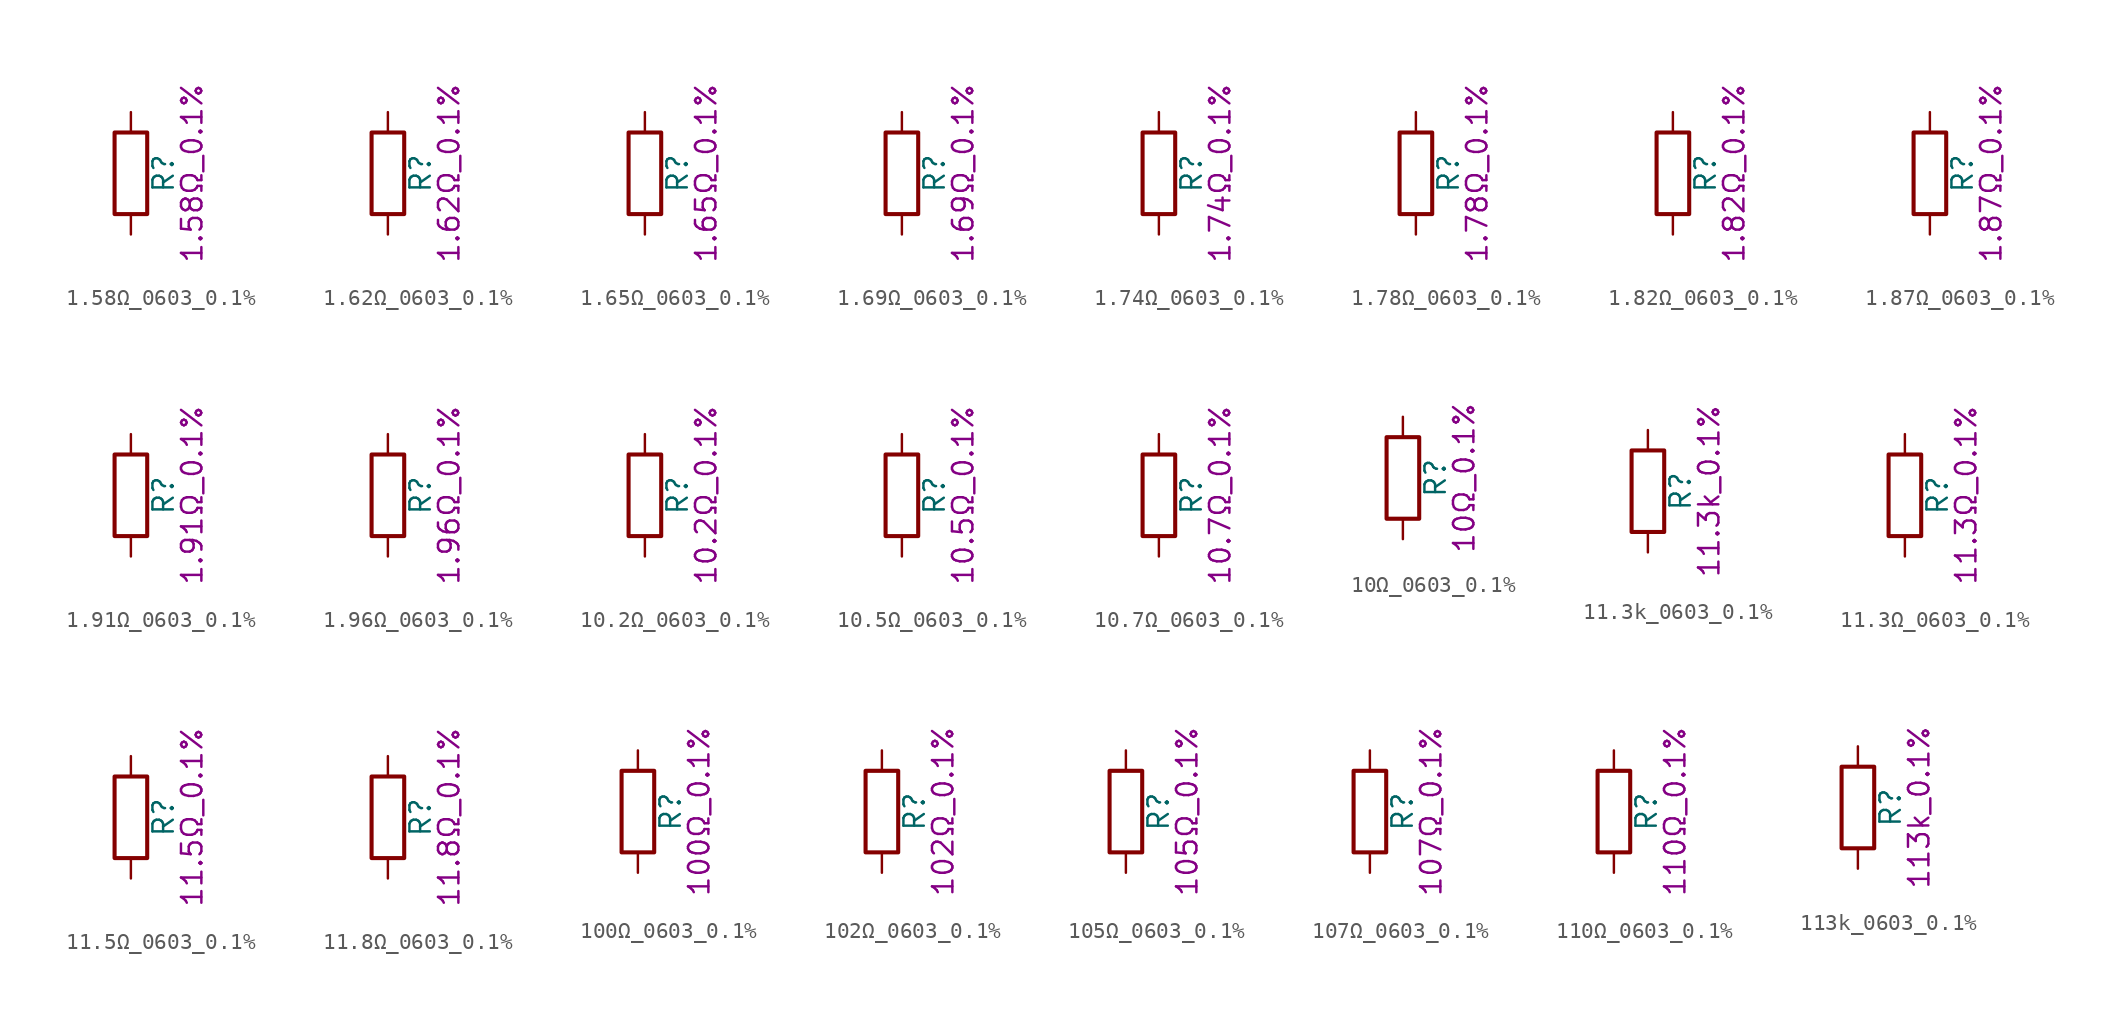
<source format=kicad_sym>
(kicad_symbol_lib
  (version 20211014)
  (generator kicad_symbol_editor)
  (symbol "1.58Ω_0603_0.1%"
    (pin_numbers hide)
    (pin_names
      (offset 0))
    (property "Reference" "R"
      (at 2.032 0 90)
      (effects (font (size 1.27 1.27))))
    (property "Display" "1.58Ω_0.1%"
      (at 3.81 0 90)
      (effects (font (size 1.27 1.27))))
    (symbol "1.58Ω_0603_0.1%_0_1"
      (rectangle (start -1.016 -2.54) (end 1.016 2.54) (stroke (width 0.254) (type default) (color 0 0 0 0)) (fill (type none))))
    (symbol "1.58Ω_0603_0.1%_1_1"
      (pin passive line (at 0 3.81 270) (length 1.27) (name "~" (effects (font (size 1.27 1.27)))) (number "1" (effects (font (size 1.27 1.27)))))
      (pin passive line (at 0 -3.81 90) (length 1.27) (name "~" (effects (font (size 1.27 1.27)))) (number "2" (effects (font (size 1.27 1.27)))))))
  (symbol "1.62Ω_0603_0.1%"
    (pin_numbers hide)
    (pin_names
      (offset 0))
    (property "Reference" "R"
      (at 2.032 0 90)
      (effects (font (size 1.27 1.27))))
    (property "Display" "1.62Ω_0.1%"
      (at 3.81 0 90)
      (effects (font (size 1.27 1.27))))
    (symbol "1.62Ω_0603_0.1%_0_1"
      (rectangle (start -1.016 -2.54) (end 1.016 2.54) (stroke (width 0.254) (type default) (color 0 0 0 0)) (fill (type none))))
    (symbol "1.62Ω_0603_0.1%_1_1"
      (pin passive line (at 0 3.81 270) (length 1.27) (name "~" (effects (font (size 1.27 1.27)))) (number "1" (effects (font (size 1.27 1.27)))))
      (pin passive line (at 0 -3.81 90) (length 1.27) (name "~" (effects (font (size 1.27 1.27)))) (number "2" (effects (font (size 1.27 1.27)))))))
  (symbol "1.65Ω_0603_0.1%"
    (pin_numbers hide)
    (pin_names
      (offset 0))
    (property "Reference" "R"
      (at 2.032 0 90)
      (effects (font (size 1.27 1.27))))
    (property "Display" "1.65Ω_0.1%"
      (at 3.81 0 90)
      (effects (font (size 1.27 1.27))))
    (symbol "1.65Ω_0603_0.1%_0_1"
      (rectangle (start -1.016 -2.54) (end 1.016 2.54) (stroke (width 0.254) (type default) (color 0 0 0 0)) (fill (type none))))
    (symbol "1.65Ω_0603_0.1%_1_1"
      (pin passive line (at 0 3.81 270) (length 1.27) (name "~" (effects (font (size 1.27 1.27)))) (number "1" (effects (font (size 1.27 1.27)))))
      (pin passive line (at 0 -3.81 90) (length 1.27) (name "~" (effects (font (size 1.27 1.27)))) (number "2" (effects (font (size 1.27 1.27)))))))
  (symbol "1.69Ω_0603_0.1%"
    (pin_numbers hide)
    (pin_names
      (offset 0))
    (property "Reference" "R"
      (at 2.032 0 90)
      (effects (font (size 1.27 1.27))))
    (property "Display" "1.69Ω_0.1%"
      (at 3.81 0 90)
      (effects (font (size 1.27 1.27))))
    (symbol "1.69Ω_0603_0.1%_0_1"
      (rectangle (start -1.016 -2.54) (end 1.016 2.54) (stroke (width 0.254) (type default) (color 0 0 0 0)) (fill (type none))))
    (symbol "1.69Ω_0603_0.1%_1_1"
      (pin passive line (at 0 3.81 270) (length 1.27) (name "~" (effects (font (size 1.27 1.27)))) (number "1" (effects (font (size 1.27 1.27)))))
      (pin passive line (at 0 -3.81 90) (length 1.27) (name "~" (effects (font (size 1.27 1.27)))) (number "2" (effects (font (size 1.27 1.27)))))))
  (symbol "1.74Ω_0603_0.1%"
    (pin_numbers hide)
    (pin_names
      (offset 0))
    (property "Reference" "R"
      (at 2.032 0 90)
      (effects (font (size 1.27 1.27))))
    (property "Display" "1.74Ω_0.1%"
      (at 3.81 0 90)
      (effects (font (size 1.27 1.27))))
    (symbol "1.74Ω_0603_0.1%_0_1"
      (rectangle (start -1.016 -2.54) (end 1.016 2.54) (stroke (width 0.254) (type default) (color 0 0 0 0)) (fill (type none))))
    (symbol "1.74Ω_0603_0.1%_1_1"
      (pin passive line (at 0 3.81 270) (length 1.27) (name "~" (effects (font (size 1.27 1.27)))) (number "1" (effects (font (size 1.27 1.27)))))
      (pin passive line (at 0 -3.81 90) (length 1.27) (name "~" (effects (font (size 1.27 1.27)))) (number "2" (effects (font (size 1.27 1.27)))))))
  (symbol "1.78Ω_0603_0.1%"
    (pin_numbers hide)
    (pin_names
      (offset 0))
    (property "Reference" "R"
      (at 2.032 0 90)
      (effects (font (size 1.27 1.27))))
    (property "Display" "1.78Ω_0.1%"
      (at 3.81 0 90)
      (effects (font (size 1.27 1.27))))
    (symbol "1.78Ω_0603_0.1%_0_1"
      (rectangle (start -1.016 -2.54) (end 1.016 2.54) (stroke (width 0.254) (type default) (color 0 0 0 0)) (fill (type none))))
    (symbol "1.78Ω_0603_0.1%_1_1"
      (pin passive line (at 0 3.81 270) (length 1.27) (name "~" (effects (font (size 1.27 1.27)))) (number "1" (effects (font (size 1.27 1.27)))))
      (pin passive line (at 0 -3.81 90) (length 1.27) (name "~" (effects (font (size 1.27 1.27)))) (number "2" (effects (font (size 1.27 1.27)))))))
  (symbol "1.82Ω_0603_0.1%"
    (pin_numbers hide)
    (pin_names
      (offset 0))
    (property "Reference" "R"
      (at 2.032 0 90)
      (effects (font (size 1.27 1.27))))
    (property "Display" "1.82Ω_0.1%"
      (at 3.81 0 90)
      (effects (font (size 1.27 1.27))))
    (symbol "1.82Ω_0603_0.1%_0_1"
      (rectangle (start -1.016 -2.54) (end 1.016 2.54) (stroke (width 0.254) (type default) (color 0 0 0 0)) (fill (type none))))
    (symbol "1.82Ω_0603_0.1%_1_1"
      (pin passive line (at 0 3.81 270) (length 1.27) (name "~" (effects (font (size 1.27 1.27)))) (number "1" (effects (font (size 1.27 1.27)))))
      (pin passive line (at 0 -3.81 90) (length 1.27) (name "~" (effects (font (size 1.27 1.27)))) (number "2" (effects (font (size 1.27 1.27)))))))
  (symbol "1.87Ω_0603_0.1%"
    (pin_numbers hide)
    (pin_names
      (offset 0))
    (property "Reference" "R"
      (at 2.032 0 90)
      (effects (font (size 1.27 1.27))))
    (property "Display" "1.87Ω_0.1%"
      (at 3.81 0 90)
      (effects (font (size 1.27 1.27))))
    (symbol "1.87Ω_0603_0.1%_0_1"
      (rectangle (start -1.016 -2.54) (end 1.016 2.54) (stroke (width 0.254) (type default) (color 0 0 0 0)) (fill (type none))))
    (symbol "1.87Ω_0603_0.1%_1_1"
      (pin passive line (at 0 3.81 270) (length 1.27) (name "~" (effects (font (size 1.27 1.27)))) (number "1" (effects (font (size 1.27 1.27)))))
      (pin passive line (at 0 -3.81 90) (length 1.27) (name "~" (effects (font (size 1.27 1.27)))) (number "2" (effects (font (size 1.27 1.27)))))))
  (symbol "1.91Ω_0603_0.1%"
    (pin_numbers hide)
    (pin_names
      (offset 0))
    (property "Reference" "R"
      (at 2.032 0 90)
      (effects (font (size 1.27 1.27))))
    (property "Display" "1.91Ω_0.1%"
      (at 3.81 0 90)
      (effects (font (size 1.27 1.27))))
    (symbol "1.91Ω_0603_0.1%_0_1"
      (rectangle (start -1.016 -2.54) (end 1.016 2.54) (stroke (width 0.254) (type default) (color 0 0 0 0)) (fill (type none))))
    (symbol "1.91Ω_0603_0.1%_1_1"
      (pin passive line (at 0 3.81 270) (length 1.27) (name "~" (effects (font (size 1.27 1.27)))) (number "1" (effects (font (size 1.27 1.27)))))
      (pin passive line (at 0 -3.81 90) (length 1.27) (name "~" (effects (font (size 1.27 1.27)))) (number "2" (effects (font (size 1.27 1.27)))))))
  (symbol "1.96Ω_0603_0.1%"
    (pin_numbers hide)
    (pin_names
      (offset 0))
    (property "Reference" "R"
      (at 2.032 0 90)
      (effects (font (size 1.27 1.27))))
    (property "Display" "1.96Ω_0.1%"
      (at 3.81 0 90)
      (effects (font (size 1.27 1.27))))
    (symbol "1.96Ω_0603_0.1%_0_1"
      (rectangle (start -1.016 -2.54) (end 1.016 2.54) (stroke (width 0.254) (type default) (color 0 0 0 0)) (fill (type none))))
    (symbol "1.96Ω_0603_0.1%_1_1"
      (pin passive line (at 0 3.81 270) (length 1.27) (name "~" (effects (font (size 1.27 1.27)))) (number "1" (effects (font (size 1.27 1.27)))))
      (pin passive line (at 0 -3.81 90) (length 1.27) (name "~" (effects (font (size 1.27 1.27)))) (number "2" (effects (font (size 1.27 1.27)))))))
  (symbol "10.2Ω_0603_0.1%"
    (pin_numbers hide)
    (pin_names
      (offset 0))
    (property "Reference" "R"
      (at 2.032 0 90)
      (effects (font (size 1.27 1.27))))
    (property "Display" "10.2Ω_0.1%"
      (at 3.81 0 90)
      (effects (font (size 1.27 1.27))))
    (symbol "10.2Ω_0603_0.1%_0_1"
      (rectangle (start -1.016 -2.54) (end 1.016 2.54) (stroke (width 0.254) (type default) (color 0 0 0 0)) (fill (type none))))
    (symbol "10.2Ω_0603_0.1%_1_1"
      (pin passive line (at 0 3.81 270) (length 1.27) (name "~" (effects (font (size 1.27 1.27)))) (number "1" (effects (font (size 1.27 1.27)))))
      (pin passive line (at 0 -3.81 90) (length 1.27) (name "~" (effects (font (size 1.27 1.27)))) (number "2" (effects (font (size 1.27 1.27)))))))
  (symbol "10.5Ω_0603_0.1%"
    (pin_numbers hide)
    (pin_names
      (offset 0))
    (property "Reference" "R"
      (at 2.032 0 90)
      (effects (font (size 1.27 1.27))))
    (property "Display" "10.5Ω_0.1%"
      (at 3.81 0 90)
      (effects (font (size 1.27 1.27))))
    (symbol "10.5Ω_0603_0.1%_0_1"
      (rectangle (start -1.016 -2.54) (end 1.016 2.54) (stroke (width 0.254) (type default) (color 0 0 0 0)) (fill (type none))))
    (symbol "10.5Ω_0603_0.1%_1_1"
      (pin passive line (at 0 3.81 270) (length 1.27) (name "~" (effects (font (size 1.27 1.27)))) (number "1" (effects (font (size 1.27 1.27)))))
      (pin passive line (at 0 -3.81 90) (length 1.27) (name "~" (effects (font (size 1.27 1.27)))) (number "2" (effects (font (size 1.27 1.27)))))))
  (symbol "10.7Ω_0603_0.1%"
    (pin_numbers hide)
    (pin_names
      (offset 0))
    (property "Reference" "R"
      (at 2.032 0 90)
      (effects (font (size 1.27 1.27))))
    (property "Display" "10.7Ω_0.1%"
      (at 3.81 0 90)
      (effects (font (size 1.27 1.27))))
    (symbol "10.7Ω_0603_0.1%_0_1"
      (rectangle (start -1.016 -2.54) (end 1.016 2.54) (stroke (width 0.254) (type default) (color 0 0 0 0)) (fill (type none))))
    (symbol "10.7Ω_0603_0.1%_1_1"
      (pin passive line (at 0 3.81 270) (length 1.27) (name "~" (effects (font (size 1.27 1.27)))) (number "1" (effects (font (size 1.27 1.27)))))
      (pin passive line (at 0 -3.81 90) (length 1.27) (name "~" (effects (font (size 1.27 1.27)))) (number "2" (effects (font (size 1.27 1.27)))))))
  (symbol "10Ω_0603_0.1%"
    (pin_numbers hide)
    (pin_names
      (offset 0))
    (property "Reference" "R"
      (at 2.032 0 90)
      (effects (font (size 1.27 1.27))))
    (property "Display" "10Ω_0.1%"
      (at 3.81 0 90)
      (effects (font (size 1.27 1.27))))
    (symbol "10Ω_0603_0.1%_0_1"
      (rectangle (start -1.016 -2.54) (end 1.016 2.54) (stroke (width 0.254) (type default) (color 0 0 0 0)) (fill (type none))))
    (symbol "10Ω_0603_0.1%_1_1"
      (pin passive line (at 0 3.81 270) (length 1.27) (name "~" (effects (font (size 1.27 1.27)))) (number "1" (effects (font (size 1.27 1.27)))))
      (pin passive line (at 0 -3.81 90) (length 1.27) (name "~" (effects (font (size 1.27 1.27)))) (number "2" (effects (font (size 1.27 1.27)))))))
  (symbol "11.3k_0603_0.1%"
    (pin_numbers hide)
    (pin_names
      (offset 0))
    (property "Reference" "R"
      (at 2.032 0 90)
      (effects (font (size 1.27 1.27))))
    (property "Display" "11.3k_0.1%"
      (at 3.81 0 90)
      (effects (font (size 1.27 1.27))))
    (symbol "11.3k_0603_0.1%_0_1"
      (rectangle (start -1.016 -2.54) (end 1.016 2.54) (stroke (width 0.254) (type default) (color 0 0 0 0)) (fill (type none))))
    (symbol "11.3k_0603_0.1%_1_1"
      (pin passive line (at 0 3.81 270) (length 1.27) (name "~" (effects (font (size 1.27 1.27)))) (number "1" (effects (font (size 1.27 1.27)))))
      (pin passive line (at 0 -3.81 90) (length 1.27) (name "~" (effects (font (size 1.27 1.27)))) (number "2" (effects (font (size 1.27 1.27)))))))
  (symbol "11.3Ω_0603_0.1%"
    (pin_numbers hide)
    (pin_names
      (offset 0))
    (property "Reference" "R"
      (at 2.032 0 90)
      (effects (font (size 1.27 1.27))))
    (property "Display" "11.3Ω_0.1%"
      (at 3.81 0 90)
      (effects (font (size 1.27 1.27))))
    (symbol "11.3Ω_0603_0.1%_0_1"
      (rectangle (start -1.016 -2.54) (end 1.016 2.54) (stroke (width 0.254) (type default) (color 0 0 0 0)) (fill (type none))))
    (symbol "11.3Ω_0603_0.1%_1_1"
      (pin passive line (at 0 3.81 270) (length 1.27) (name "~" (effects (font (size 1.27 1.27)))) (number "1" (effects (font (size 1.27 1.27)))))
      (pin passive line (at 0 -3.81 90) (length 1.27) (name "~" (effects (font (size 1.27 1.27)))) (number "2" (effects (font (size 1.27 1.27)))))))
  (symbol "11.5Ω_0603_0.1%"
    (pin_numbers hide)
    (pin_names
      (offset 0))
    (property "Reference" "R"
      (at 2.032 0 90)
      (effects (font (size 1.27 1.27))))
    (property "Display" "11.5Ω_0.1%"
      (at 3.81 0 90)
      (effects (font (size 1.27 1.27))))
    (symbol "11.5Ω_0603_0.1%_0_1"
      (rectangle (start -1.016 -2.54) (end 1.016 2.54) (stroke (width 0.254) (type default) (color 0 0 0 0)) (fill (type none))))
    (symbol "11.5Ω_0603_0.1%_1_1"
      (pin passive line (at 0 3.81 270) (length 1.27) (name "~" (effects (font (size 1.27 1.27)))) (number "1" (effects (font (size 1.27 1.27)))))
      (pin passive line (at 0 -3.81 90) (length 1.27) (name "~" (effects (font (size 1.27 1.27)))) (number "2" (effects (font (size 1.27 1.27)))))))
  (symbol "11.8Ω_0603_0.1%"
    (pin_numbers hide)
    (pin_names
      (offset 0))
    (property "Reference" "R"
      (at 2.032 0 90)
      (effects (font (size 1.27 1.27))))
    (property "Display" "11.8Ω_0.1%"
      (at 3.81 0 90)
      (effects (font (size 1.27 1.27))))
    (symbol "11.8Ω_0603_0.1%_0_1"
      (rectangle (start -1.016 -2.54) (end 1.016 2.54) (stroke (width 0.254) (type default) (color 0 0 0 0)) (fill (type none))))
    (symbol "11.8Ω_0603_0.1%_1_1"
      (pin passive line (at 0 3.81 270) (length 1.27) (name "~" (effects (font (size 1.27 1.27)))) (number "1" (effects (font (size 1.27 1.27)))))
      (pin passive line (at 0 -3.81 90) (length 1.27) (name "~" (effects (font (size 1.27 1.27)))) (number "2" (effects (font (size 1.27 1.27)))))))
  (symbol "100Ω_0603_0.1%"
    (pin_numbers hide)
    (pin_names
      (offset 0))
    (property "Reference" "R"
      (at 2.032 0 90)
      (effects (font (size 1.27 1.27))))
    (property "Display" "100Ω_0.1%"
      (at 3.81 0 90)
      (effects (font (size 1.27 1.27))))
    (symbol "100Ω_0603_0.1%_0_1"
      (rectangle (start -1.016 -2.54) (end 1.016 2.54) (stroke (width 0.254) (type default) (color 0 0 0 0)) (fill (type none))))
    (symbol "100Ω_0603_0.1%_1_1"
      (pin passive line (at 0 3.81 270) (length 1.27) (name "~" (effects (font (size 1.27 1.27)))) (number "1" (effects (font (size 1.27 1.27)))))
      (pin passive line (at 0 -3.81 90) (length 1.27) (name "~" (effects (font (size 1.27 1.27)))) (number "2" (effects (font (size 1.27 1.27)))))))
  (symbol "102Ω_0603_0.1%"
    (pin_numbers hide)
    (pin_names
      (offset 0))
    (property "Reference" "R"
      (at 2.032 0 90)
      (effects (font (size 1.27 1.27))))
    (property "Display" "102Ω_0.1%"
      (at 3.81 0 90)
      (effects (font (size 1.27 1.27))))
    (symbol "102Ω_0603_0.1%_0_1"
      (rectangle (start -1.016 -2.54) (end 1.016 2.54) (stroke (width 0.254) (type default) (color 0 0 0 0)) (fill (type none))))
    (symbol "102Ω_0603_0.1%_1_1"
      (pin passive line (at 0 3.81 270) (length 1.27) (name "~" (effects (font (size 1.27 1.27)))) (number "1" (effects (font (size 1.27 1.27)))))
      (pin passive line (at 0 -3.81 90) (length 1.27) (name "~" (effects (font (size 1.27 1.27)))) (number "2" (effects (font (size 1.27 1.27)))))))
  (symbol "105Ω_0603_0.1%"
    (pin_numbers hide)
    (pin_names
      (offset 0))
    (property "Reference" "R"
      (at 2.032 0 90)
      (effects (font (size 1.27 1.27))))
    (property "Display" "105Ω_0.1%"
      (at 3.81 0 90)
      (effects (font (size 1.27 1.27))))
    (symbol "105Ω_0603_0.1%_0_1"
      (rectangle (start -1.016 -2.54) (end 1.016 2.54) (stroke (width 0.254) (type default) (color 0 0 0 0)) (fill (type none))))
    (symbol "105Ω_0603_0.1%_1_1"
      (pin passive line (at 0 3.81 270) (length 1.27) (name "~" (effects (font (size 1.27 1.27)))) (number "1" (effects (font (size 1.27 1.27)))))
      (pin passive line (at 0 -3.81 90) (length 1.27) (name "~" (effects (font (size 1.27 1.27)))) (number "2" (effects (font (size 1.27 1.27)))))))
  (symbol "107Ω_0603_0.1%"
    (pin_numbers hide)
    (pin_names
      (offset 0))
    (property "Reference" "R"
      (at 2.032 0 90)
      (effects (font (size 1.27 1.27))))
    (property "Display" "107Ω_0.1%"
      (at 3.81 0 90)
      (effects (font (size 1.27 1.27))))
    (symbol "107Ω_0603_0.1%_0_1"
      (rectangle (start -1.016 -2.54) (end 1.016 2.54) (stroke (width 0.254) (type default) (color 0 0 0 0)) (fill (type none))))
    (symbol "107Ω_0603_0.1%_1_1"
      (pin passive line (at 0 3.81 270) (length 1.27) (name "~" (effects (font (size 1.27 1.27)))) (number "1" (effects (font (size 1.27 1.27)))))
      (pin passive line (at 0 -3.81 90) (length 1.27) (name "~" (effects (font (size 1.27 1.27)))) (number "2" (effects (font (size 1.27 1.27)))))))
  (symbol "110Ω_0603_0.1%"
    (pin_numbers hide)
    (pin_names
      (offset 0))
    (property "Reference" "R"
      (at 2.032 0 90)
      (effects (font (size 1.27 1.27))))
    (property "Display" "110Ω_0.1%"
      (at 3.81 0 90)
      (effects (font (size 1.27 1.27))))
    (symbol "110Ω_0603_0.1%_0_1"
      (rectangle (start -1.016 -2.54) (end 1.016 2.54) (stroke (width 0.254) (type default) (color 0 0 0 0)) (fill (type none))))
    (symbol "110Ω_0603_0.1%_1_1"
      (pin passive line (at 0 3.81 270) (length 1.27) (name "~" (effects (font (size 1.27 1.27)))) (number "1" (effects (font (size 1.27 1.27)))))
      (pin passive line (at 0 -3.81 90) (length 1.27) (name "~" (effects (font (size 1.27 1.27)))) (number "2" (effects (font (size 1.27 1.27)))))))
  (symbol "113k_0603_0.1%"
    (pin_numbers hide)
    (pin_names
      (offset 0))
    (property "Reference" "R"
      (at 2.032 0 90)
      (effects (font (size 1.27 1.27))))
    (property "Display" "113k_0.1%"
      (at 3.81 0 90)
      (effects (font (size 1.27 1.27))))
    (symbol "113k_0603_0.1%_0_1"
      (rectangle (start -1.016 -2.54) (end 1.016 2.54) (stroke (width 0.254) (type default) (color 0 0 0 0)) (fill (type none))))
    (symbol "113k_0603_0.1%_1_1"
      (pin passive line (at 0 3.81 270) (length 1.27) (name "~" (effects (font (size 1.27 1.27)))) (number "1" (effects (font (size 1.27 1.27)))))
      (pin passive line (at 0 -3.81 90) (length 1.27) (name "~" (effects (font (size 1.27 1.27)))) (number "2" (effects (font (size 1.27 1.27))))))))
</source>
